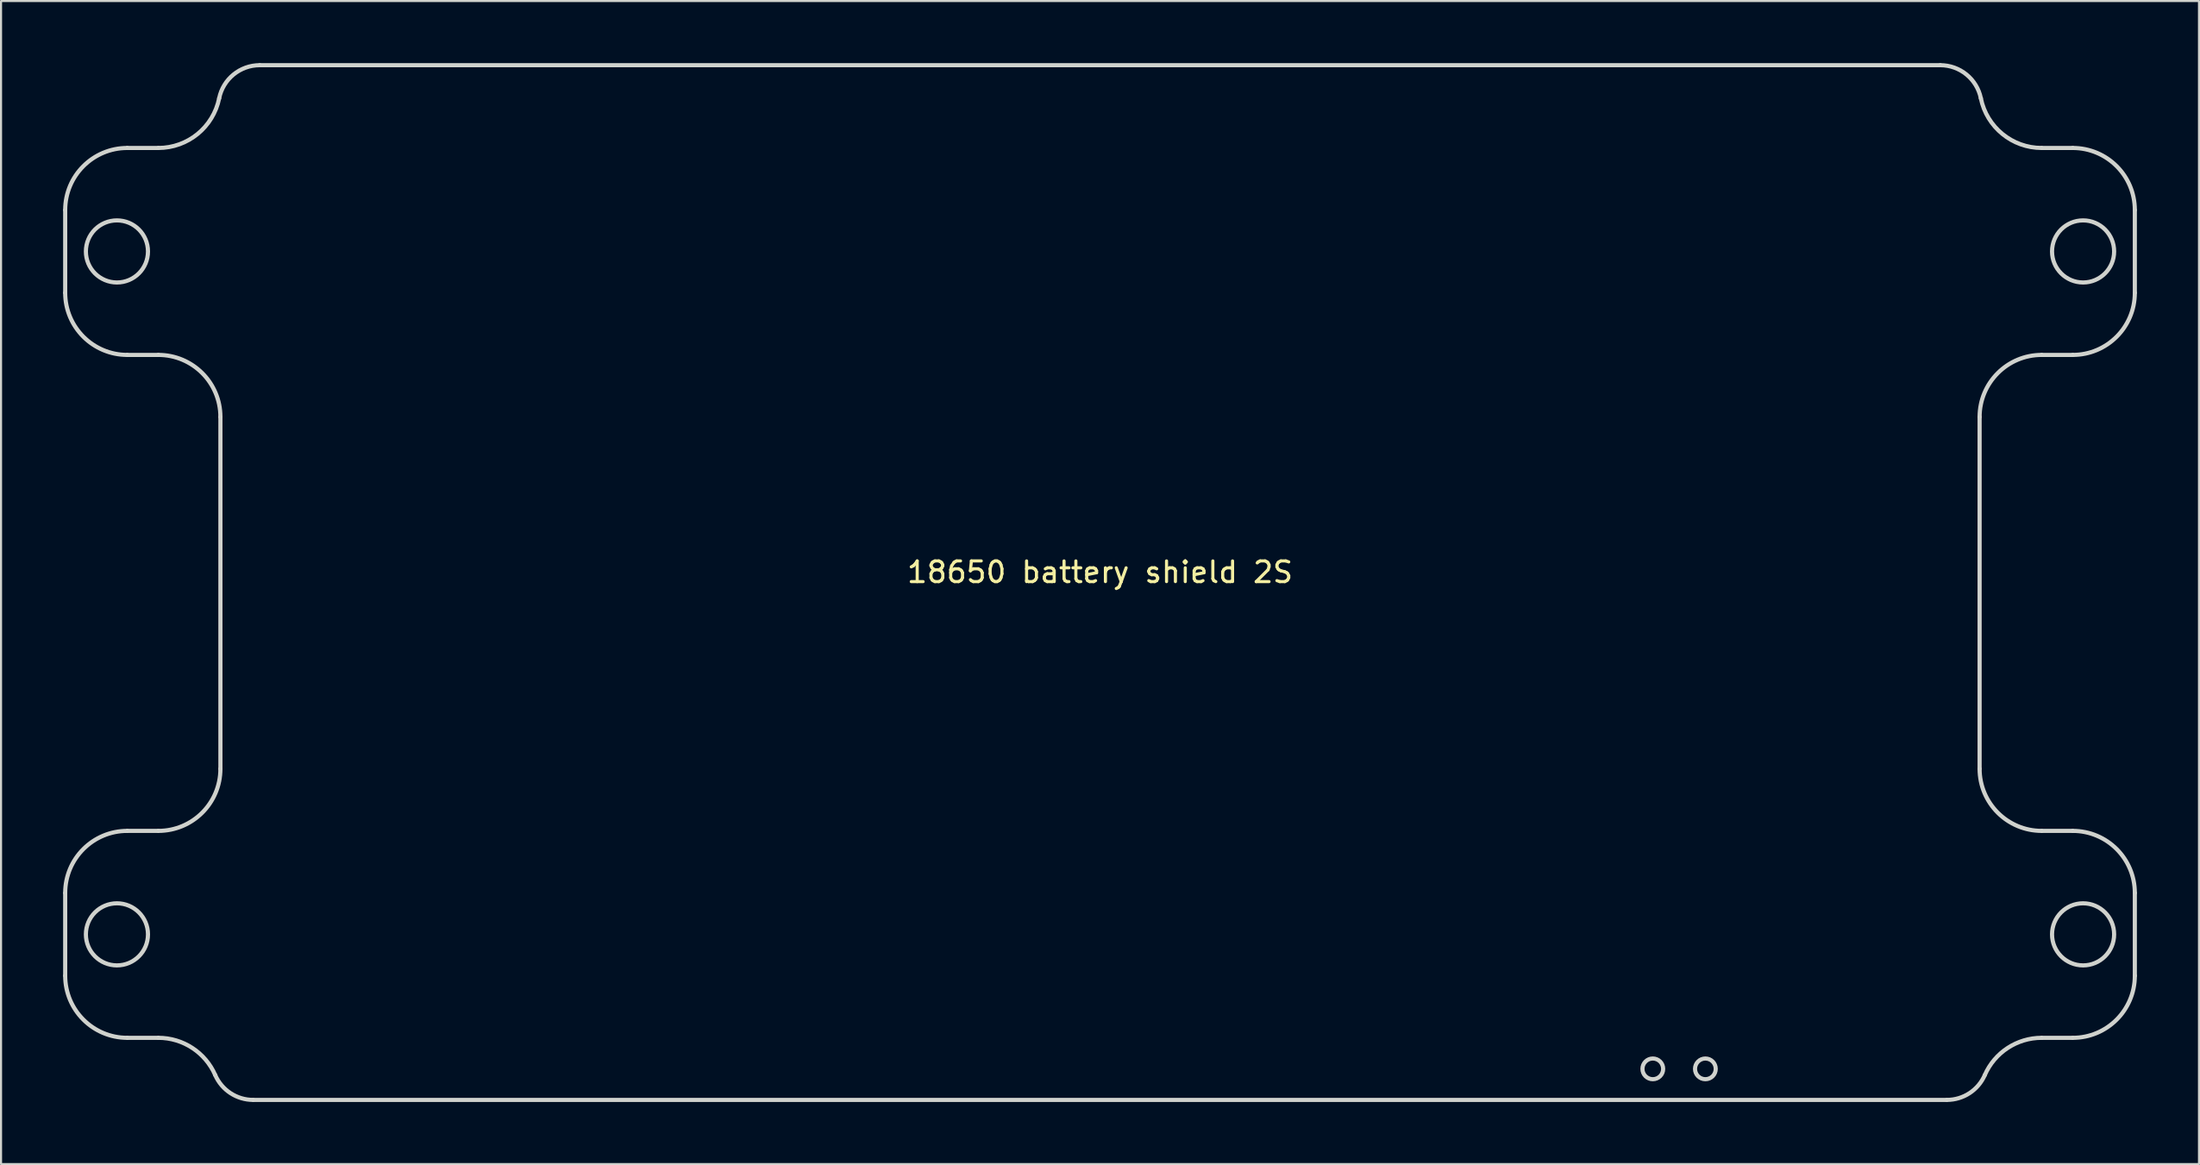
<source format=kicad_pcb>
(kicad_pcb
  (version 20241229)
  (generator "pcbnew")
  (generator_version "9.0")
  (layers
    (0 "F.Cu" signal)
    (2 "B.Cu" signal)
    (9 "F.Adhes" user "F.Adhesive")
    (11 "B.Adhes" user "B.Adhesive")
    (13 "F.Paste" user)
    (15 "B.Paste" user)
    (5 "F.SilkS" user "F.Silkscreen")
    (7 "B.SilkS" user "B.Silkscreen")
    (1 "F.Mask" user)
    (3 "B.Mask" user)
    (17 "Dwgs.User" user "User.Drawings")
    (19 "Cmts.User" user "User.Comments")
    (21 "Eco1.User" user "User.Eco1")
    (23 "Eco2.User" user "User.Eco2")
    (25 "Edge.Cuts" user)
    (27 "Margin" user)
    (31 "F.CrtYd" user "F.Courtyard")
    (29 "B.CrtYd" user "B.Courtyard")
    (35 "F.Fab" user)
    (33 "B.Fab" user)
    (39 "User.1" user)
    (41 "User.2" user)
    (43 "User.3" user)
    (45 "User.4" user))
  (footprint "18650 battery shield 2S"
    (layer "F.Cu")
    (at 50.1 25.1)
    (property "Reference" "18650 battery shield 2S" (at 0 -0.5 0) (unlocked yes) (layer "F.SilkS") (effects (font (size 1 1) (thickness 0.15))))
    (attr smd)
    (fp_line (start -50 -14) (end -50 -18) (stroke (width 0.2) (type solid)) (layer "Edge.Cuts"))
    (fp_line (start -50 19) (end -50 15) (stroke (width 0.2) (type solid)) (layer "Edge.Cuts"))
    (fp_line (start -45.5 -21) (end -47 -21) (stroke (width 0.2) (type solid)) (layer "Edge.Cuts"))
    (fp_line (start -45.5 -11) (end -47 -11) (stroke (width 0.2) (type solid)) (layer "Edge.Cuts"))
    (fp_line (start -45.5 12) (end -47 12) (stroke (width 0.2) (type solid)) (layer "Edge.Cuts"))
    (fp_line (start -45.5 22) (end -47 22) (stroke (width 0.2) (type solid)) (layer "Edge.Cuts"))
    (fp_line (start -42.5 -8) (end -42.5 9) (stroke (width 0.2) (type solid)) (layer "Edge.Cuts"))
    (fp_line (start 40.601 -25) (end -40.601 -25) (stroke (width 0.2) (type solid)) (layer "Edge.Cuts"))
    (fp_line (start 40.917 25) (end -40.917 25) (stroke (width 0.2) (type solid)) (layer "Edge.Cuts"))
    (fp_line (start 42.5 -8) (end 42.5 9) (stroke (width 0.2) (type solid)) (layer "Edge.Cuts"))
    (fp_line (start 47 -21) (end 45.5 -21) (stroke (width 0.2) (type solid)) (layer "Edge.Cuts"))
    (fp_line (start 47 -11) (end 45.5 -11) (stroke (width 0.2) (type solid)) (layer "Edge.Cuts"))
    (fp_line (start 47 12) (end 45.5 12) (stroke (width 0.2) (type solid)) (layer "Edge.Cuts"))
    (fp_line (start 47 22) (end 45.5 22) (stroke (width 0.2) (type solid)) (layer "Edge.Cuts"))
    (fp_line (start 50 -14) (end 50 -18) (stroke (width 0.2) (type solid)) (layer "Edge.Cuts"))
    (fp_line (start 50 19) (end 50 15) (stroke (width 0.2) (type solid)) (layer "Edge.Cuts"))
    (fp_arc (start -50 -18) (mid -49.12132 -20.12132) (end -47 -21) (stroke (width 0.2) (type solid)) (layer "Edge.Cuts"))
    (fp_arc (start -50 15) (mid -49.12132 12.87868) (end -47 12) (stroke (width 0.2) (type solid)) (layer "Edge.Cuts"))
    (fp_arc (start -47 -11) (mid -49.12132 -11.87868) (end -50 -14) (stroke (width 0.2) (type solid)) (layer "Edge.Cuts"))
    (fp_arc (start -47 22) (mid -49.12132 21.12132) (end -50 19) (stroke (width 0.2) (type solid)) (layer "Edge.Cuts"))
    (fp_arc (start -45.5 -11) (mid -43.37868 -10.12132) (end -42.5 -8) (stroke (width 0.2) (type solid)) (layer "Edge.Cuts"))
    (fp_arc (start -45.5 22) (mid -43.856832 22.49002) (end -42.750455 23.8) (stroke (width 0.2) (type solid)) (layer "Edge.Cuts"))
    (fp_arc (start -42.560612 -23.4) (mid -43.602633 -21.67621) (end -45.5 -21) (stroke (width 0.2) (type solid)) (layer "Edge.Cuts"))
    (fp_arc (start -42.560612 -23.4) (mid -41.865932 -24.549193) (end -40.601021 -25) (stroke (width 0.2) (type solid)) (layer "Edge.Cuts"))
    (fp_arc (start -42.5 9) (mid -43.37868 11.12132) (end -45.5 12) (stroke (width 0.2) (type solid)) (layer "Edge.Cuts"))
    (fp_arc (start -40.917424 25) (mid -42.012869 24.67332) (end -42.750455 23.8) (stroke (width 0.2) (type solid)) (layer "Edge.Cuts"))
    (fp_arc (start 40.601021 -25) (mid 41.865921 -24.549185) (end 42.560612 -23.4) (stroke (width 0.2) (type solid)) (layer "Edge.Cuts"))
    (fp_arc (start 42.5 -8) (mid 43.37868 -10.12132) (end 45.5 -11) (stroke (width 0.2) (type solid)) (layer "Edge.Cuts"))
    (fp_arc (start 42.750455 23.8) (mid 42.012872 24.67333) (end 40.917424 25) (stroke (width 0.2) (type solid)) (layer "Edge.Cuts"))
    (fp_arc (start 42.750455 23.8) (mid 43.856833 22.49002) (end 45.5 22) (stroke (width 0.2) (type solid)) (layer "Edge.Cuts"))
    (fp_arc (start 45.5 -21) (mid 43.602633 -21.67621) (end 42.560612 -23.4) (stroke (width 0.2) (type solid)) (layer "Edge.Cuts"))
    (fp_arc (start 45.5 12) (mid 43.37868 11.12132) (end 42.5 9) (stroke (width 0.2) (type solid)) (layer "Edge.Cuts"))
    (fp_arc (start 47 -21) (mid 49.12132 -20.12132) (end 50 -18) (stroke (width 0.2) (type solid)) (layer "Edge.Cuts"))
    (fp_arc (start 47 12) (mid 49.12132 12.87868) (end 50 15) (stroke (width 0.2) (type solid)) (layer "Edge.Cuts"))
    (fp_arc (start 50 -14) (mid 49.12132 -11.87868) (end 47 -11) (stroke (width 0.2) (type solid)) (layer "Edge.Cuts"))
    (fp_arc (start 50 19) (mid 49.12132 21.12132) (end 47 22) (stroke (width 0.2) (type solid)) (layer "Edge.Cuts"))
    (fp_circle (center -47.5 -16) (end -46 -16) (stroke (width 0.2) (type solid)) (fill no) (layer "Edge.Cuts"))
    (fp_circle (center -47.5 17) (end -46 17) (stroke (width 0.2) (type solid)) (fill no) (layer "Edge.Cuts"))
    (fp_circle (center 26.71 23.5) (end 27.21 23.5) (stroke (width 0.2) (type solid)) (fill no) (layer "Edge.Cuts"))
    (fp_circle (center 29.25 23.5) (end 29.75 23.5) (stroke (width 0.2) (type solid)) (fill no) (layer "Edge.Cuts"))
    (fp_circle (center 47.5 -16) (end 49 -16) (stroke (width 0.2) (type solid)) (fill no) (layer "Edge.Cuts"))
    (fp_circle (center 47.5 17) (end 49 17) (stroke (width 0.2) (type solid)) (fill no) (layer "Edge.Cuts")))
  (gr_rect
    (start -3 -3)
    (end 103.2 53.2)
    (stroke (width 0.1) (type default))
    (fill no)
    (layer "Edge.Cuts")))
</source>
